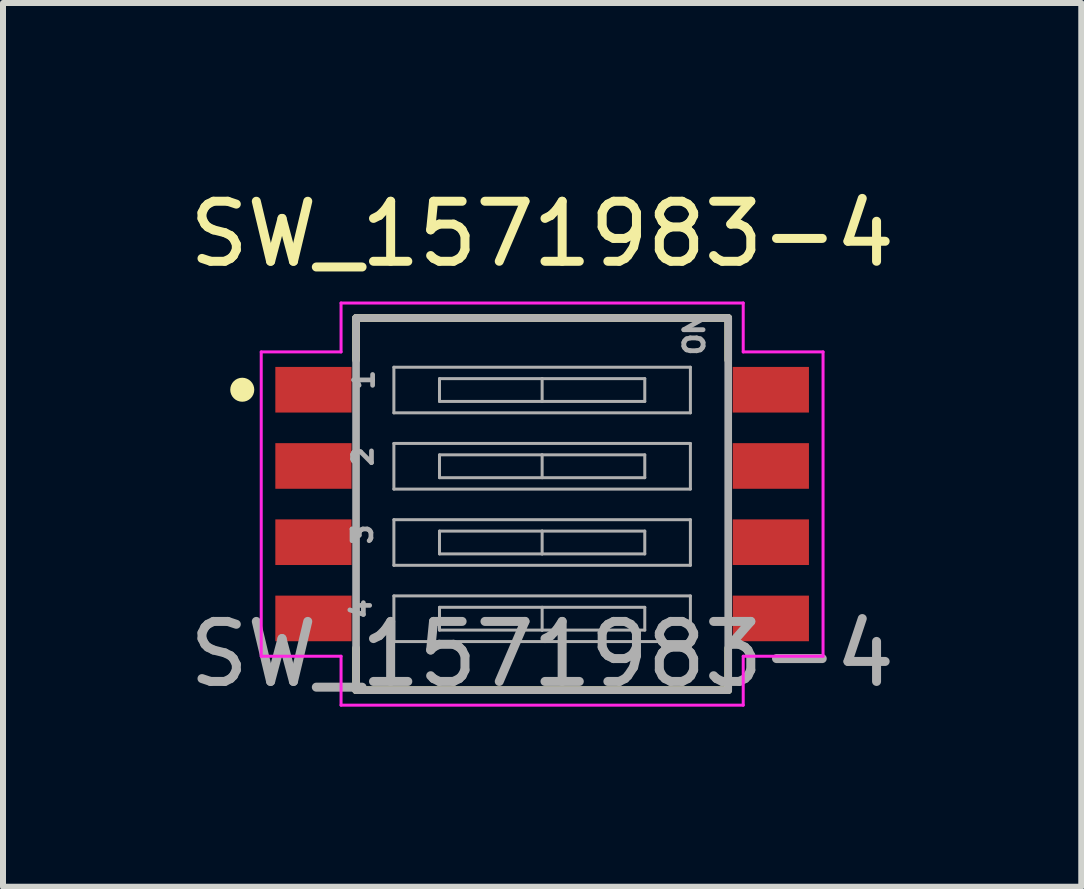
<source format=kicad_pcb>
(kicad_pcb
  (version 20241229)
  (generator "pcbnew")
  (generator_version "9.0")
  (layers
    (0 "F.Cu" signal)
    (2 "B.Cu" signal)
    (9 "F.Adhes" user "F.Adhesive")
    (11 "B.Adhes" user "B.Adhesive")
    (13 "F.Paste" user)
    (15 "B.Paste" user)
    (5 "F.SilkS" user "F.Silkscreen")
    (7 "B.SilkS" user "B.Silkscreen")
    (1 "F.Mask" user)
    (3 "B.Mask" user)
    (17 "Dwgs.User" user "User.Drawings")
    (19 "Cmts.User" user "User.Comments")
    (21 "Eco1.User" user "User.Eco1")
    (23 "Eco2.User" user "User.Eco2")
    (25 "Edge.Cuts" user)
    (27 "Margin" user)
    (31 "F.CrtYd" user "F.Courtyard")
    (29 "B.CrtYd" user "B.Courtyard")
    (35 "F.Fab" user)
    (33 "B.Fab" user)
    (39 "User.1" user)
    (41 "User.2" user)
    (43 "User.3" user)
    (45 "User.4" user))
  (footprint "SW_1571983-4"
    (layer "F.Cu")
    (at 5.982 5.348)
    (property "Reference" "SW_1571983-4" (at 0 -4.5 0) (unlocked yes) (layer "F.SilkS") (effects (font (size 1 1) (thickness 0.15))))
    (attr smd)
    (fp_line (start -3.1 -2.4) (end -3.1 -3.1) (stroke (width 0.127) (type solid)) (layer "F.SilkS"))
    (fp_line (start -3.1 3.1) (end -3.1 2.4) (stroke (width 0.127) (type solid)) (layer "F.SilkS"))
    (fp_line (start 3.1 -3.1) (end -3.1 -3.1) (stroke (width 0.127) (type solid)) (layer "F.SilkS"))
    (fp_line (start 3.1 -2.4) (end 3.1 -3.1) (stroke (width 0.127) (type solid)) (layer "F.SilkS"))
    (fp_line (start 3.1 3.1) (end -3.1 3.1) (stroke (width 0.127) (type solid)) (layer "F.SilkS"))
    (fp_line (start 3.1 3.1) (end 3.1 2.4) (stroke (width 0.127) (type solid)) (layer "F.SilkS"))
    (fp_circle (center -4.996 -1.905) (end -4.996 -1.805) (stroke (width 0.2) (type solid)) (fill no) (layer "F.SilkS"))
    (fp_line (start -4.68 -2.535) (end -3.35 -2.535) (stroke (width 0.05) (type solid)) (layer "F.CrtYd"))
    (fp_line (start -4.68 2.535) (end -4.68 -2.535) (stroke (width 0.05) (type solid)) (layer "F.CrtYd"))
    (fp_line (start -3.35 -3.35) (end 3.35 -3.35) (stroke (width 0.05) (type solid)) (layer "F.CrtYd"))
    (fp_line (start -3.35 -2.535) (end -3.35 -3.35) (stroke (width 0.05) (type solid)) (layer "F.CrtYd"))
    (fp_line (start -3.35 2.535) (end -4.68 2.535) (stroke (width 0.05) (type solid)) (layer "F.CrtYd"))
    (fp_line (start -3.35 3.35) (end -3.35 2.535) (stroke (width 0.05) (type solid)) (layer "F.CrtYd"))
    (fp_line (start 3.35 -3.35) (end 3.35 -2.535) (stroke (width 0.05) (type solid)) (layer "F.CrtYd"))
    (fp_line (start 3.35 -2.535) (end 4.68 -2.535) (stroke (width 0.05) (type solid)) (layer "F.CrtYd"))
    (fp_line (start 3.35 2.535) (end 3.35 3.35) (stroke (width 0.05) (type solid)) (layer "F.CrtYd"))
    (fp_line (start 3.35 3.35) (end -3.35 3.35) (stroke (width 0.05) (type solid)) (layer "F.CrtYd"))
    (fp_line (start 4.68 -2.535) (end 4.68 2.535) (stroke (width 0.05) (type solid)) (layer "F.CrtYd"))
    (fp_line (start 4.68 2.535) (end 3.35 2.535) (stroke (width 0.05) (type solid)) (layer "F.CrtYd"))
    (fp_line (start -3.1 -3.1) (end -3.1 3.1) (stroke (width 0.127) (type solid)) (layer "F.Fab"))
    (fp_line (start -2.47 -2.28) (end 2.47 -2.28) (stroke (width 0.05) (type solid)) (layer "F.Fab"))
    (fp_line (start -2.47 -1.52) (end -2.47 -2.28) (stroke (width 0.05) (type solid)) (layer "F.Fab"))
    (fp_line (start -2.47 -1.01) (end 2.47 -1.01) (stroke (width 0.05) (type solid)) (layer "F.Fab"))
    (fp_line (start -2.47 -0.25) (end -2.47 -1.01) (stroke (width 0.05) (type solid)) (layer "F.Fab"))
    (fp_line (start -2.47 0.26) (end 2.47 0.26) (stroke (width 0.05) (type solid)) (layer "F.Fab"))
    (fp_line (start -2.47 1.02) (end -2.47 0.26) (stroke (width 0.05) (type solid)) (layer "F.Fab"))
    (fp_line (start -2.47 1.53) (end 2.47 1.53) (stroke (width 0.05) (type solid)) (layer "F.Fab"))
    (fp_line (start -2.47 2.29) (end -2.47 1.53) (stroke (width 0.05) (type solid)) (layer "F.Fab"))
    (fp_line (start -1.71 -2.09) (end -1.71 -1.71) (stroke (width 0.05) (type solid)) (layer "F.Fab"))
    (fp_line (start -1.71 -1.71) (end 0 -1.71) (stroke (width 0.05) (type solid)) (layer "F.Fab"))
    (fp_line (start -1.71 -0.82) (end -1.71 -0.44) (stroke (width 0.05) (type solid)) (layer "F.Fab"))
    (fp_line (start -1.71 -0.44) (end 0 -0.44) (stroke (width 0.05) (type solid)) (layer "F.Fab"))
    (fp_line (start -1.71 0.45) (end -1.71 0.83) (stroke (width 0.05) (type solid)) (layer "F.Fab"))
    (fp_line (start -1.71 0.83) (end 0 0.83) (stroke (width 0.05) (type solid)) (layer "F.Fab"))
    (fp_line (start -1.71 1.72) (end -1.71 2.1) (stroke (width 0.05) (type solid)) (layer "F.Fab"))
    (fp_line (start -1.71 2.1) (end 0 2.1) (stroke (width 0.05) (type solid)) (layer "F.Fab"))
    (fp_line (start 0 -2.09) (end -1.71 -2.09) (stroke (width 0.05) (type solid)) (layer "F.Fab"))
    (fp_line (start 0 -2.09) (end 0 -1.71) (stroke (width 0.05) (type solid)) (layer "F.Fab"))
    (fp_line (start 0 -1.71) (end 1.71 -1.71) (stroke (width 0.05) (type solid)) (layer "F.Fab"))
    (fp_line (start 0 -0.82) (end -1.71 -0.82) (stroke (width 0.05) (type solid)) (layer "F.Fab"))
    (fp_line (start 0 -0.82) (end 0 -0.44) (stroke (width 0.05) (type solid)) (layer "F.Fab"))
    (fp_line (start 0 -0.44) (end 1.71 -0.44) (stroke (width 0.05) (type solid)) (layer "F.Fab"))
    (fp_line (start 0 0.45) (end -1.71 0.45) (stroke (width 0.05) (type solid)) (layer "F.Fab"))
    (fp_line (start 0 0.45) (end 0 0.83) (stroke (width 0.05) (type solid)) (layer "F.Fab"))
    (fp_line (start 0 0.83) (end 1.71 0.83) (stroke (width 0.05) (type solid)) (layer "F.Fab"))
    (fp_line (start 0 1.72) (end -1.71 1.72) (stroke (width 0.05) (type solid)) (layer "F.Fab"))
    (fp_line (start 0 1.72) (end 0 2.1) (stroke (width 0.05) (type solid)) (layer "F.Fab"))
    (fp_line (start 0 2.1) (end 1.71 2.1) (stroke (width 0.05) (type solid)) (layer "F.Fab"))
    (fp_line (start 1.71 -2.09) (end 0 -2.09) (stroke (width 0.05) (type solid)) (layer "F.Fab"))
    (fp_line (start 1.71 -1.71) (end 1.71 -2.09) (stroke (width 0.05) (type solid)) (layer "F.Fab"))
    (fp_line (start 1.71 -0.82) (end 0 -0.82) (stroke (width 0.05) (type solid)) (layer "F.Fab"))
    (fp_line (start 1.71 -0.44) (end 1.71 -0.82) (stroke (width 0.05) (type solid)) (layer "F.Fab"))
    (fp_line (start 1.71 0.45) (end 0 0.45) (stroke (width 0.05) (type solid)) (layer "F.Fab"))
    (fp_line (start 1.71 0.83) (end 1.71 0.45) (stroke (width 0.05) (type solid)) (layer "F.Fab"))
    (fp_line (start 1.71 1.72) (end 0 1.72) (stroke (width 0.05) (type solid)) (layer "F.Fab"))
    (fp_line (start 1.71 2.1) (end 1.71 1.72) (stroke (width 0.05) (type solid)) (layer "F.Fab"))
    (fp_line (start 2.47 -2.28) (end 2.47 -1.52) (stroke (width 0.05) (type solid)) (layer "F.Fab"))
    (fp_line (start 2.47 -1.52) (end -2.47 -1.52) (stroke (width 0.05) (type solid)) (layer "F.Fab"))
    (fp_line (start 2.47 -1.01) (end 2.47 -0.25) (stroke (width 0.05) (type solid)) (layer "F.Fab"))
    (fp_line (start 2.47 -0.25) (end -2.47 -0.25) (stroke (width 0.05) (type solid)) (layer "F.Fab"))
    (fp_line (start 2.47 0.26) (end 2.47 1.02) (stroke (width 0.05) (type solid)) (layer "F.Fab"))
    (fp_line (start 2.47 1.02) (end -2.47 1.02) (stroke (width 0.05) (type solid)) (layer "F.Fab"))
    (fp_line (start 2.47 1.53) (end 2.47 2.29) (stroke (width 0.05) (type solid)) (layer "F.Fab"))
    (fp_line (start 2.47 2.29) (end -2.47 2.29) (stroke (width 0.05) (type solid)) (layer "F.Fab"))
    (fp_line (start 3.1 -3.1) (end -3.1 -3.1) (stroke (width 0.127) (type solid)) (layer "F.Fab"))
    (fp_line (start 3.1 -3.1) (end 3.1 3.1) (stroke (width 0.127) (type solid)) (layer "F.Fab"))
    (fp_line (start 3.1 3.1) (end -3.1 3.1) (stroke (width 0.127) (type solid)) (layer "F.Fab"))
    (fp_text user "3" (at -2.994 0.505 90) (layer "F.Fab") (effects (font (size 0.315 0.315) (thickness 0.15))))
    (fp_text user "${REFERENCE}" (at 0 2.5 0) (unlocked yes) (layer "F.Fab") (effects (font (size 1 1) (thickness 0.15))))
    (fp_text user "1" (at -2.966 -2.069 90) (layer "F.Fab") (effects (font (size 0.315 0.315) (thickness 0.15))))
    (fp_text user "ON" (at 2.537 -2.829 90) (layer "F.Fab") (effects (font (size 0.32 0.32) (thickness 0.15))))
    (fp_text user "4" (at -3.015 1.748 90) (layer "F.Fab") (effects (font (size 0.315 0.315) (thickness 0.15))))
    (fp_text user "2" (at -2.985 -0.796 90) (layer "F.Fab") (effects (font (size 0.315 0.315) (thickness 0.15))))
    (pad "1" smd rect (at -3.81 -1.905 270) (size 0.76 1.27) (layers "F.Cu" "F.Mask" "F.Paste"))
    (pad "2" smd rect (at -3.81 -0.635 270) (size 0.76 1.27) (layers "F.Cu" "F.Mask" "F.Paste"))
    (pad "3" smd rect (at -3.81 0.635 270) (size 0.76 1.27) (layers "F.Cu" "F.Mask" "F.Paste"))
    (pad "4" smd rect (at -3.81 1.905 270) (size 0.76 1.27) (layers "F.Cu" "F.Mask" "F.Paste"))
    (pad "5" smd rect (at 3.81 1.905 270) (size 0.76 1.27) (layers "F.Cu" "F.Mask" "F.Paste"))
    (pad "6" smd rect (at 3.81 0.635 270) (size 0.76 1.27) (layers "F.Cu" "F.Mask" "F.Paste"))
    (pad "7" smd rect (at 3.81 -0.635 270) (size 0.76 1.27) (layers "F.Cu" "F.Mask" "F.Paste"))
    (pad "8" smd rect (at 3.81 -1.905 270) (size 0.76 1.27) (layers "F.Cu" "F.Mask" "F.Paste")))
  (gr_rect
    (start -3 -3)
    (end 14.964 11.723)
    (stroke (width 0.1) (type default))
    (fill no)
    (layer "Edge.Cuts")))
</source>
